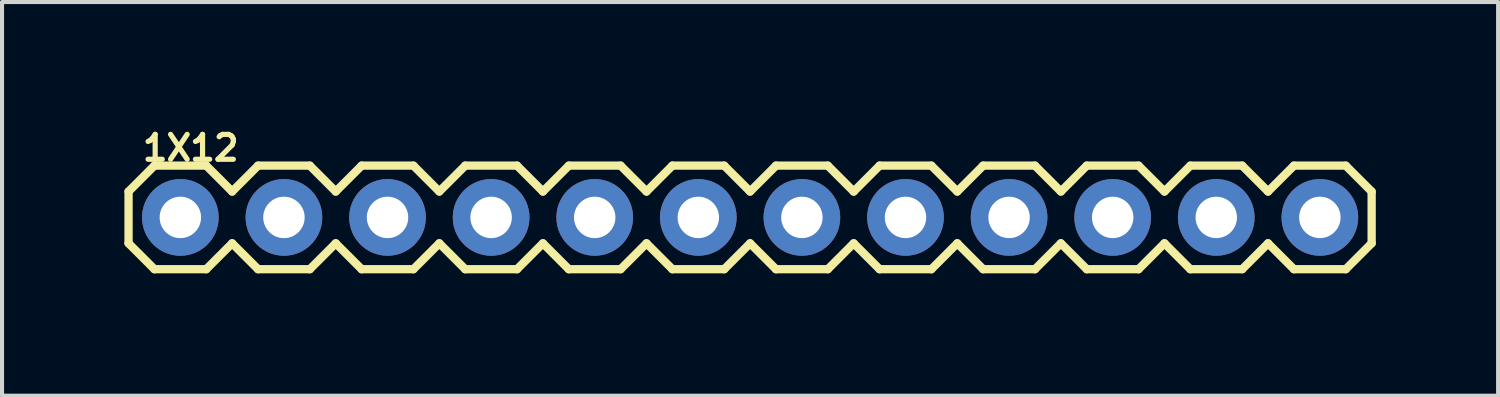
<source format=kicad_pcb>
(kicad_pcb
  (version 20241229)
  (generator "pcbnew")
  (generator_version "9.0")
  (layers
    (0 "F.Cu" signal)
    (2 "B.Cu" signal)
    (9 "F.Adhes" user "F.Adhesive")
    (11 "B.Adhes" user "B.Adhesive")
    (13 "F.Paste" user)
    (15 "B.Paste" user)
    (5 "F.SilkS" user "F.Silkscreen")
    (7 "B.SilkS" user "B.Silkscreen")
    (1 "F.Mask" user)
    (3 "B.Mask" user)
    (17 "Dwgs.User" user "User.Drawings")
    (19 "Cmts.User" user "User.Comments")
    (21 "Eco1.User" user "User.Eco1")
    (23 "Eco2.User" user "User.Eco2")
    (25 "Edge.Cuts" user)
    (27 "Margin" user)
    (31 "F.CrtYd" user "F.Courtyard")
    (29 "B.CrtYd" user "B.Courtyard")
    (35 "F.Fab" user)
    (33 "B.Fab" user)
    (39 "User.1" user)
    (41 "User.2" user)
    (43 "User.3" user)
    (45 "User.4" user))
  (footprint "1X12"
    (layer "F.Cu")
    (at 1.372 2.281)
    (property "Reference" "1X12" (at 0.254 -1.702 0) (layer "F.SilkS") (effects (font (size 0.61 0.61) (thickness 0.127))))
    (attr exclude_from_pos_files exclude_from_bom)
    (fp_line (start -1.27 -0.635) (end -1.27 0.635) (stroke (width 0.203) (type solid)) (layer "F.SilkS"))
    (fp_line (start -1.27 0.635) (end -0.635 1.27) (stroke (width 0.203) (type solid)) (layer "F.SilkS"))
    (fp_line (start -0.635 -1.27) (end -1.27 -0.635) (stroke (width 0.203) (type solid)) (layer "F.SilkS"))
    (fp_line (start -0.635 -1.27) (end 0.635 -1.27) (stroke (width 0.203) (type solid)) (layer "F.SilkS"))
    (fp_line (start 0.635 -1.27) (end 1.27 -0.635) (stroke (width 0.203) (type solid)) (layer "F.SilkS"))
    (fp_line (start 0.635 1.27) (end -0.635 1.27) (stroke (width 0.203) (type solid)) (layer "F.SilkS"))
    (fp_line (start 1.27 -0.635) (end 1.905 -1.27) (stroke (width 0.203) (type solid)) (layer "F.SilkS"))
    (fp_line (start 1.27 0.635) (end 0.635 1.27) (stroke (width 0.203) (type solid)) (layer "F.SilkS"))
    (fp_line (start 1.905 -1.27) (end 3.175 -1.27) (stroke (width 0.203) (type solid)) (layer "F.SilkS"))
    (fp_line (start 1.905 1.27) (end 1.27 0.635) (stroke (width 0.203) (type solid)) (layer "F.SilkS"))
    (fp_line (start 3.175 -1.27) (end 3.81 -0.635) (stroke (width 0.203) (type solid)) (layer "F.SilkS"))
    (fp_line (start 3.175 1.27) (end 1.905 1.27) (stroke (width 0.203) (type solid)) (layer "F.SilkS"))
    (fp_line (start 3.81 -0.635) (end 4.445 -1.27) (stroke (width 0.203) (type solid)) (layer "F.SilkS"))
    (fp_line (start 3.81 0.635) (end 3.175 1.27) (stroke (width 0.203) (type solid)) (layer "F.SilkS"))
    (fp_line (start 4.445 -1.27) (end 5.715 -1.27) (stroke (width 0.203) (type solid)) (layer "F.SilkS"))
    (fp_line (start 4.445 1.27) (end 3.81 0.635) (stroke (width 0.203) (type solid)) (layer "F.SilkS"))
    (fp_line (start 5.715 -1.27) (end 6.35 -0.635) (stroke (width 0.203) (type solid)) (layer "F.SilkS"))
    (fp_line (start 5.715 1.27) (end 4.445 1.27) (stroke (width 0.203) (type solid)) (layer "F.SilkS"))
    (fp_line (start 6.35 0.635) (end 5.715 1.27) (stroke (width 0.203) (type solid)) (layer "F.SilkS"))
    (fp_line (start 6.35 0.635) (end 6.985 1.27) (stroke (width 0.203) (type solid)) (layer "F.SilkS"))
    (fp_line (start 6.985 -1.27) (end 6.35 -0.635) (stroke (width 0.203) (type solid)) (layer "F.SilkS"))
    (fp_line (start 6.985 -1.27) (end 8.255 -1.27) (stroke (width 0.203) (type solid)) (layer "F.SilkS"))
    (fp_line (start 8.255 -1.27) (end 8.89 -0.635) (stroke (width 0.203) (type solid)) (layer "F.SilkS"))
    (fp_line (start 8.255 1.27) (end 6.985 1.27) (stroke (width 0.203) (type solid)) (layer "F.SilkS"))
    (fp_line (start 8.89 -0.635) (end 9.525 -1.27) (stroke (width 0.203) (type solid)) (layer "F.SilkS"))
    (fp_line (start 8.89 0.635) (end 8.255 1.27) (stroke (width 0.203) (type solid)) (layer "F.SilkS"))
    (fp_line (start 9.525 -1.27) (end 10.795 -1.27) (stroke (width 0.203) (type solid)) (layer "F.SilkS"))
    (fp_line (start 9.525 1.27) (end 8.89 0.635) (stroke (width 0.203) (type solid)) (layer "F.SilkS"))
    (fp_line (start 10.795 -1.27) (end 11.43 -0.635) (stroke (width 0.203) (type solid)) (layer "F.SilkS"))
    (fp_line (start 10.795 1.27) (end 9.525 1.27) (stroke (width 0.203) (type solid)) (layer "F.SilkS"))
    (fp_line (start 11.43 -0.635) (end 12.065 -1.27) (stroke (width 0.203) (type solid)) (layer "F.SilkS"))
    (fp_line (start 11.43 0.635) (end 10.795 1.27) (stroke (width 0.203) (type solid)) (layer "F.SilkS"))
    (fp_line (start 12.065 -1.27) (end 13.335 -1.27) (stroke (width 0.203) (type solid)) (layer "F.SilkS"))
    (fp_line (start 12.065 1.27) (end 11.43 0.635) (stroke (width 0.203) (type solid)) (layer "F.SilkS"))
    (fp_line (start 13.335 -1.27) (end 13.97 -0.635) (stroke (width 0.203) (type solid)) (layer "F.SilkS"))
    (fp_line (start 13.335 1.27) (end 12.065 1.27) (stroke (width 0.203) (type solid)) (layer "F.SilkS"))
    (fp_line (start 13.97 0.635) (end 13.335 1.27) (stroke (width 0.203) (type solid)) (layer "F.SilkS"))
    (fp_line (start 13.97 0.635) (end 14.605 1.27) (stroke (width 0.203) (type solid)) (layer "F.SilkS"))
    (fp_line (start 14.605 -1.27) (end 13.97 -0.635) (stroke (width 0.203) (type solid)) (layer "F.SilkS"))
    (fp_line (start 14.605 -1.27) (end 15.875 -1.27) (stroke (width 0.203) (type solid)) (layer "F.SilkS"))
    (fp_line (start 15.875 -1.27) (end 16.51 -0.635) (stroke (width 0.203) (type solid)) (layer "F.SilkS"))
    (fp_line (start 15.875 1.27) (end 14.605 1.27) (stroke (width 0.203) (type solid)) (layer "F.SilkS"))
    (fp_line (start 16.51 0.635) (end 15.875 1.27) (stroke (width 0.203) (type solid)) (layer "F.SilkS"))
    (fp_line (start 16.51 0.635) (end 17.145 1.27) (stroke (width 0.203) (type solid)) (layer "F.SilkS"))
    (fp_line (start 17.145 -1.27) (end 16.51 -0.635) (stroke (width 0.203) (type solid)) (layer "F.SilkS"))
    (fp_line (start 17.145 -1.27) (end 18.415 -1.27) (stroke (width 0.203) (type solid)) (layer "F.SilkS"))
    (fp_line (start 18.415 -1.27) (end 19.05 -0.635) (stroke (width 0.203) (type solid)) (layer "F.SilkS"))
    (fp_line (start 18.415 1.27) (end 17.145 1.27) (stroke (width 0.203) (type solid)) (layer "F.SilkS"))
    (fp_line (start 19.05 0.635) (end 18.415 1.27) (stroke (width 0.203) (type solid)) (layer "F.SilkS"))
    (fp_line (start 19.05 0.635) (end 19.685 1.27) (stroke (width 0.203) (type solid)) (layer "F.SilkS"))
    (fp_line (start 19.685 -1.27) (end 19.05 -0.635) (stroke (width 0.203) (type solid)) (layer "F.SilkS"))
    (fp_line (start 19.685 -1.27) (end 20.955 -1.27) (stroke (width 0.203) (type solid)) (layer "F.SilkS"))
    (fp_line (start 20.955 -1.27) (end 21.59 -0.635) (stroke (width 0.203) (type solid)) (layer "F.SilkS"))
    (fp_line (start 20.955 1.27) (end 19.685 1.27) (stroke (width 0.203) (type solid)) (layer "F.SilkS"))
    (fp_line (start 21.59 0.635) (end 20.955 1.27) (stroke (width 0.203) (type solid)) (layer "F.SilkS"))
    (fp_line (start 21.59 0.635) (end 22.225 1.27) (stroke (width 0.203) (type solid)) (layer "F.SilkS"))
    (fp_line (start 22.225 -1.27) (end 21.59 -0.635) (stroke (width 0.203) (type solid)) (layer "F.SilkS"))
    (fp_line (start 22.225 -1.27) (end 23.495 -1.27) (stroke (width 0.203) (type solid)) (layer "F.SilkS"))
    (fp_line (start 23.495 -1.27) (end 24.13 -0.635) (stroke (width 0.203) (type solid)) (layer "F.SilkS"))
    (fp_line (start 23.495 1.27) (end 22.225 1.27) (stroke (width 0.203) (type solid)) (layer "F.SilkS"))
    (fp_line (start 24.13 0.635) (end 23.495 1.27) (stroke (width 0.203) (type solid)) (layer "F.SilkS"))
    (fp_line (start 24.13 0.635) (end 24.765 1.27) (stroke (width 0.203) (type solid)) (layer "F.SilkS"))
    (fp_line (start 24.765 -1.27) (end 24.13 -0.635) (stroke (width 0.203) (type solid)) (layer "F.SilkS"))
    (fp_line (start 24.765 -1.27) (end 26.035 -1.27) (stroke (width 0.203) (type solid)) (layer "F.SilkS"))
    (fp_line (start 26.035 -1.27) (end 26.67 -0.635) (stroke (width 0.203) (type solid)) (layer "F.SilkS"))
    (fp_line (start 26.035 1.27) (end 24.765 1.27) (stroke (width 0.203) (type solid)) (layer "F.SilkS"))
    (fp_line (start 26.67 0.635) (end 26.035 1.27) (stroke (width 0.203) (type solid)) (layer "F.SilkS"))
    (fp_line (start 26.67 0.635) (end 27.305 1.27) (stroke (width 0.203) (type solid)) (layer "F.SilkS"))
    (fp_line (start 27.305 -1.27) (end 26.67 -0.635) (stroke (width 0.203) (type solid)) (layer "F.SilkS"))
    (fp_line (start 27.305 -1.27) (end 28.575 -1.27) (stroke (width 0.203) (type solid)) (layer "F.SilkS"))
    (fp_line (start 28.575 -1.27) (end 29.21 -0.635) (stroke (width 0.203) (type solid)) (layer "F.SilkS"))
    (fp_line (start 28.575 1.27) (end 27.305 1.27) (stroke (width 0.203) (type solid)) (layer "F.SilkS"))
    (fp_line (start 29.21 -0.635) (end 29.21 0.635) (stroke (width 0.203) (type solid)) (layer "F.SilkS"))
    (fp_line (start 29.21 0.635) (end 28.575 1.27) (stroke (width 0.203) (type solid)) (layer "F.SilkS"))
    (fp_line (start -0.254 -0.254) (end 0.254 -0.254) (stroke (width 0.066) (type solid)) (layer "Dwgs.User"))
    (fp_line (start -0.254 0.254) (end -0.254 -0.254) (stroke (width 0.066) (type solid)) (layer "Dwgs.User"))
    (fp_line (start -0.254 0.254) (end 0.254 0.254) (stroke (width 0.066) (type solid)) (layer "Dwgs.User"))
    (fp_line (start 0.254 0.254) (end 0.254 -0.254) (stroke (width 0.066) (type solid)) (layer "Dwgs.User"))
    (fp_line (start 2.286 -0.254) (end 2.794 -0.254) (stroke (width 0.066) (type solid)) (layer "Dwgs.User"))
    (fp_line (start 2.286 0.254) (end 2.286 -0.254) (stroke (width 0.066) (type solid)) (layer "Dwgs.User"))
    (fp_line (start 2.286 0.254) (end 2.794 0.254) (stroke (width 0.066) (type solid)) (layer "Dwgs.User"))
    (fp_line (start 2.794 0.254) (end 2.794 -0.254) (stroke (width 0.066) (type solid)) (layer "Dwgs.User"))
    (fp_line (start 4.826 -0.254) (end 5.334 -0.254) (stroke (width 0.066) (type solid)) (layer "Dwgs.User"))
    (fp_line (start 4.826 0.254) (end 4.826 -0.254) (stroke (width 0.066) (type solid)) (layer "Dwgs.User"))
    (fp_line (start 4.826 0.254) (end 5.334 0.254) (stroke (width 0.066) (type solid)) (layer "Dwgs.User"))
    (fp_line (start 5.334 0.254) (end 5.334 -0.254) (stroke (width 0.066) (type solid)) (layer "Dwgs.User"))
    (fp_line (start 7.366 -0.254) (end 7.874 -0.254) (stroke (width 0.066) (type solid)) (layer "Dwgs.User"))
    (fp_line (start 7.366 0.254) (end 7.366 -0.254) (stroke (width 0.066) (type solid)) (layer "Dwgs.User"))
    (fp_line (start 7.366 0.254) (end 7.874 0.254) (stroke (width 0.066) (type solid)) (layer "Dwgs.User"))
    (fp_line (start 7.874 0.254) (end 7.874 -0.254) (stroke (width 0.066) (type solid)) (layer "Dwgs.User"))
    (fp_line (start 9.906 -0.254) (end 10.414 -0.254) (stroke (width 0.066) (type solid)) (layer "Dwgs.User"))
    (fp_line (start 9.906 0.254) (end 9.906 -0.254) (stroke (width 0.066) (type solid)) (layer "Dwgs.User"))
    (fp_line (start 9.906 0.254) (end 10.414 0.254) (stroke (width 0.066) (type solid)) (layer "Dwgs.User"))
    (fp_line (start 10.414 0.254) (end 10.414 -0.254) (stroke (width 0.066) (type solid)) (layer "Dwgs.User"))
    (fp_line (start 12.446 -0.254) (end 12.954 -0.254) (stroke (width 0.066) (type solid)) (layer "Dwgs.User"))
    (fp_line (start 12.446 0.254) (end 12.446 -0.254) (stroke (width 0.066) (type solid)) (layer "Dwgs.User"))
    (fp_line (start 12.446 0.254) (end 12.954 0.254) (stroke (width 0.066) (type solid)) (layer "Dwgs.User"))
    (fp_line (start 12.954 0.254) (end 12.954 -0.254) (stroke (width 0.066) (type solid)) (layer "Dwgs.User"))
    (fp_line (start 14.986 -0.254) (end 15.494 -0.254) (stroke (width 0.066) (type solid)) (layer "Dwgs.User"))
    (fp_line (start 14.986 0.254) (end 14.986 -0.254) (stroke (width 0.066) (type solid)) (layer "Dwgs.User"))
    (fp_line (start 14.986 0.254) (end 15.494 0.254) (stroke (width 0.066) (type solid)) (layer "Dwgs.User"))
    (fp_line (start 15.494 0.254) (end 15.494 -0.254) (stroke (width 0.066) (type solid)) (layer "Dwgs.User"))
    (fp_line (start 17.523 -0.254) (end 18.034 -0.254) (stroke (width 0.066) (type solid)) (layer "Dwgs.User"))
    (fp_line (start 17.523 0.254) (end 17.523 -0.254) (stroke (width 0.066) (type solid)) (layer "Dwgs.User"))
    (fp_line (start 17.523 0.254) (end 18.034 0.254) (stroke (width 0.066) (type solid)) (layer "Dwgs.User"))
    (fp_line (start 18.034 0.254) (end 18.034 -0.254) (stroke (width 0.066) (type solid)) (layer "Dwgs.User"))
    (fp_line (start 20.066 -0.254) (end 20.574 -0.254) (stroke (width 0.066) (type solid)) (layer "Dwgs.User"))
    (fp_line (start 20.066 0.254) (end 20.066 -0.254) (stroke (width 0.066) (type solid)) (layer "Dwgs.User"))
    (fp_line (start 20.066 0.254) (end 20.574 0.254) (stroke (width 0.066) (type solid)) (layer "Dwgs.User"))
    (fp_line (start 20.574 0.254) (end 20.574 -0.254) (stroke (width 0.066) (type solid)) (layer "Dwgs.User"))
    (fp_line (start 22.606 -0.254) (end 23.114 -0.254) (stroke (width 0.066) (type solid)) (layer "Dwgs.User"))
    (fp_line (start 22.606 0.254) (end 22.606 -0.254) (stroke (width 0.066) (type solid)) (layer "Dwgs.User"))
    (fp_line (start 22.606 0.254) (end 23.114 0.254) (stroke (width 0.066) (type solid)) (layer "Dwgs.User"))
    (fp_line (start 23.114 0.254) (end 23.114 -0.254) (stroke (width 0.066) (type solid)) (layer "Dwgs.User"))
    (fp_line (start 25.146 -0.254) (end 25.654 -0.254) (stroke (width 0.066) (type solid)) (layer "Dwgs.User"))
    (fp_line (start 25.146 0.254) (end 25.146 -0.254) (stroke (width 0.066) (type solid)) (layer "Dwgs.User"))
    (fp_line (start 25.146 0.254) (end 25.654 0.254) (stroke (width 0.066) (type solid)) (layer "Dwgs.User"))
    (fp_line (start 25.654 0.254) (end 25.654 -0.254) (stroke (width 0.066) (type solid)) (layer "Dwgs.User"))
    (fp_line (start 27.686 -0.254) (end 28.194 -0.254) (stroke (width 0.066) (type solid)) (layer "Dwgs.User"))
    (fp_line (start 27.686 0.254) (end 27.686 -0.254) (stroke (width 0.066) (type solid)) (layer "Dwgs.User"))
    (fp_line (start 27.686 0.254) (end 28.194 0.254) (stroke (width 0.066) (type solid)) (layer "Dwgs.User"))
    (fp_line (start 28.194 0.254) (end 28.194 -0.254) (stroke (width 0.066) (type solid)) (layer "Dwgs.User"))
    (pad "1" thru_hole circle (at 0 0) (size 1.88 1.88) (drill 1.016) (layers "*.Cu" "*.Paste" "*.Mask"))
    (pad "2" thru_hole circle (at 2.54 0) (size 1.88 1.88) (drill 1.016) (layers "*.Cu" "*.Paste" "*.Mask"))
    (pad "3" thru_hole circle (at 5.08 0) (size 1.88 1.88) (drill 1.016) (layers "*.Cu" "*.Paste" "*.Mask"))
    (pad "4" thru_hole circle (at 7.62 0) (size 1.88 1.88) (drill 1.016) (layers "*.Cu" "*.Paste" "*.Mask"))
    (pad "5" thru_hole circle (at 10.16 0) (size 1.88 1.88) (drill 1.016) (layers "*.Cu" "*.Paste" "*.Mask"))
    (pad "6" thru_hole circle (at 12.7 0) (size 1.88 1.88) (drill 1.016) (layers "*.Cu" "*.Paste" "*.Mask"))
    (pad "7" thru_hole circle (at 15.24 0) (size 1.88 1.88) (drill 1.016) (layers "*.Cu" "*.Paste" "*.Mask"))
    (pad "8" thru_hole circle (at 17.78 0) (size 1.88 1.88) (drill 1.016) (layers "*.Cu" "*.Paste" "*.Mask"))
    (pad "9" thru_hole circle (at 20.32 0) (size 1.88 1.88) (drill 1.016) (layers "*.Cu" "*.Paste" "*.Mask"))
    (pad "10" thru_hole circle (at 22.86 0) (size 1.88 1.88) (drill 1.016) (layers "*.Cu" "*.Paste" "*.Mask"))
    (pad "11" thru_hole circle (at 25.4 0) (size 1.88 1.88) (drill 1.016) (layers "*.Cu" "*.Paste" "*.Mask"))
    (pad "12" thru_hole circle (at 27.94 0) (size 1.88 1.88) (drill 1.016) (layers "*.Cu" "*.Paste" "*.Mask")))
  (gr_rect
    (start -3 -3)
    (end 33.683 6.653)
    (stroke (width 0.1) (type default))
    (fill no)
    (layer "Edge.Cuts")))
</source>
